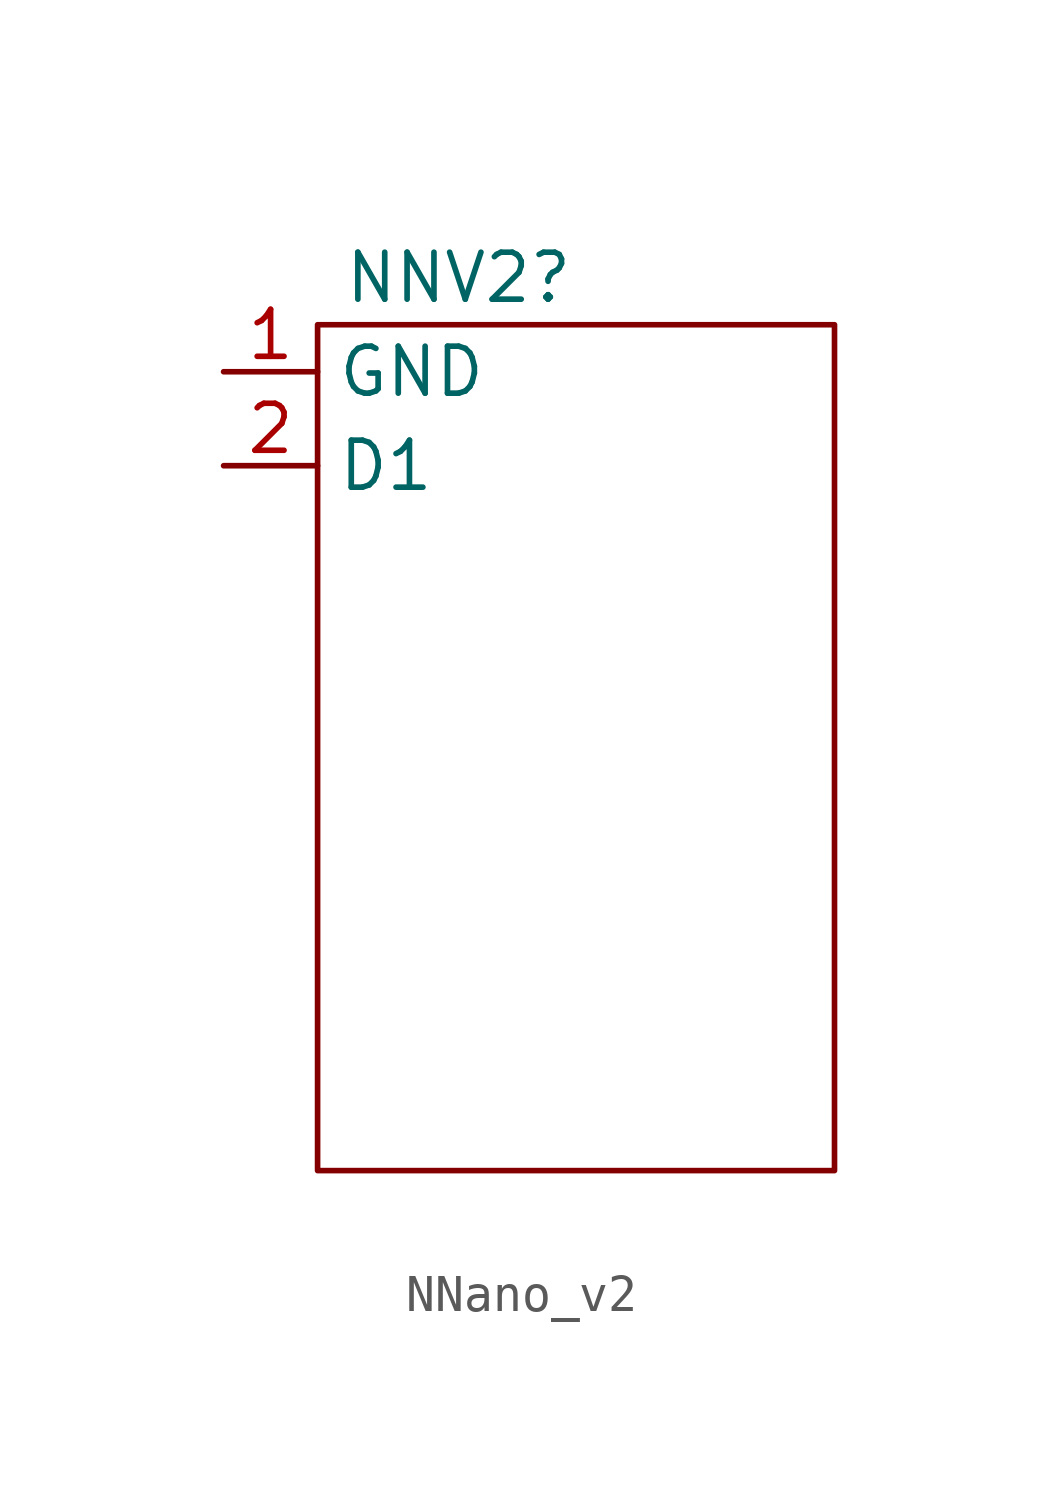
<source format=kicad_sym>
(kicad_symbol_lib
  (version 20241209)
  (generator "kicad_symbol_editor")
  (generator_version "9.0")
  (symbol "NNano_v2"
    (property "Reference" "NNV2"
      (at 0 1.27 0)
      (effects (font (size 1.27 1.27))))
    (property "Value" ""
      (at 0 0 0)
      (effects (font (size 1.27 1.27))))
    (symbol "NNano_v2_0_1"
      (rectangle (start -3.81 0) (end 10.16 -22.86) (stroke (width 0) (type default)) (fill (type none))))
    (symbol "NNano_v2_1_1"
      (pin passive line (at -6.35 -1.27 0) (length 2.54) (name "GND" (effects (font (size 1.27 1.27)))) (number "1" (effects (font (size 1.27 1.27)))))
      (pin passive line (at -6.35 -3.81 0) (length 2.54) (name "D1" (effects (font (size 1.27 1.27)))) (number "2" (effects (font (size 1.27 1.27))))))))
</source>
